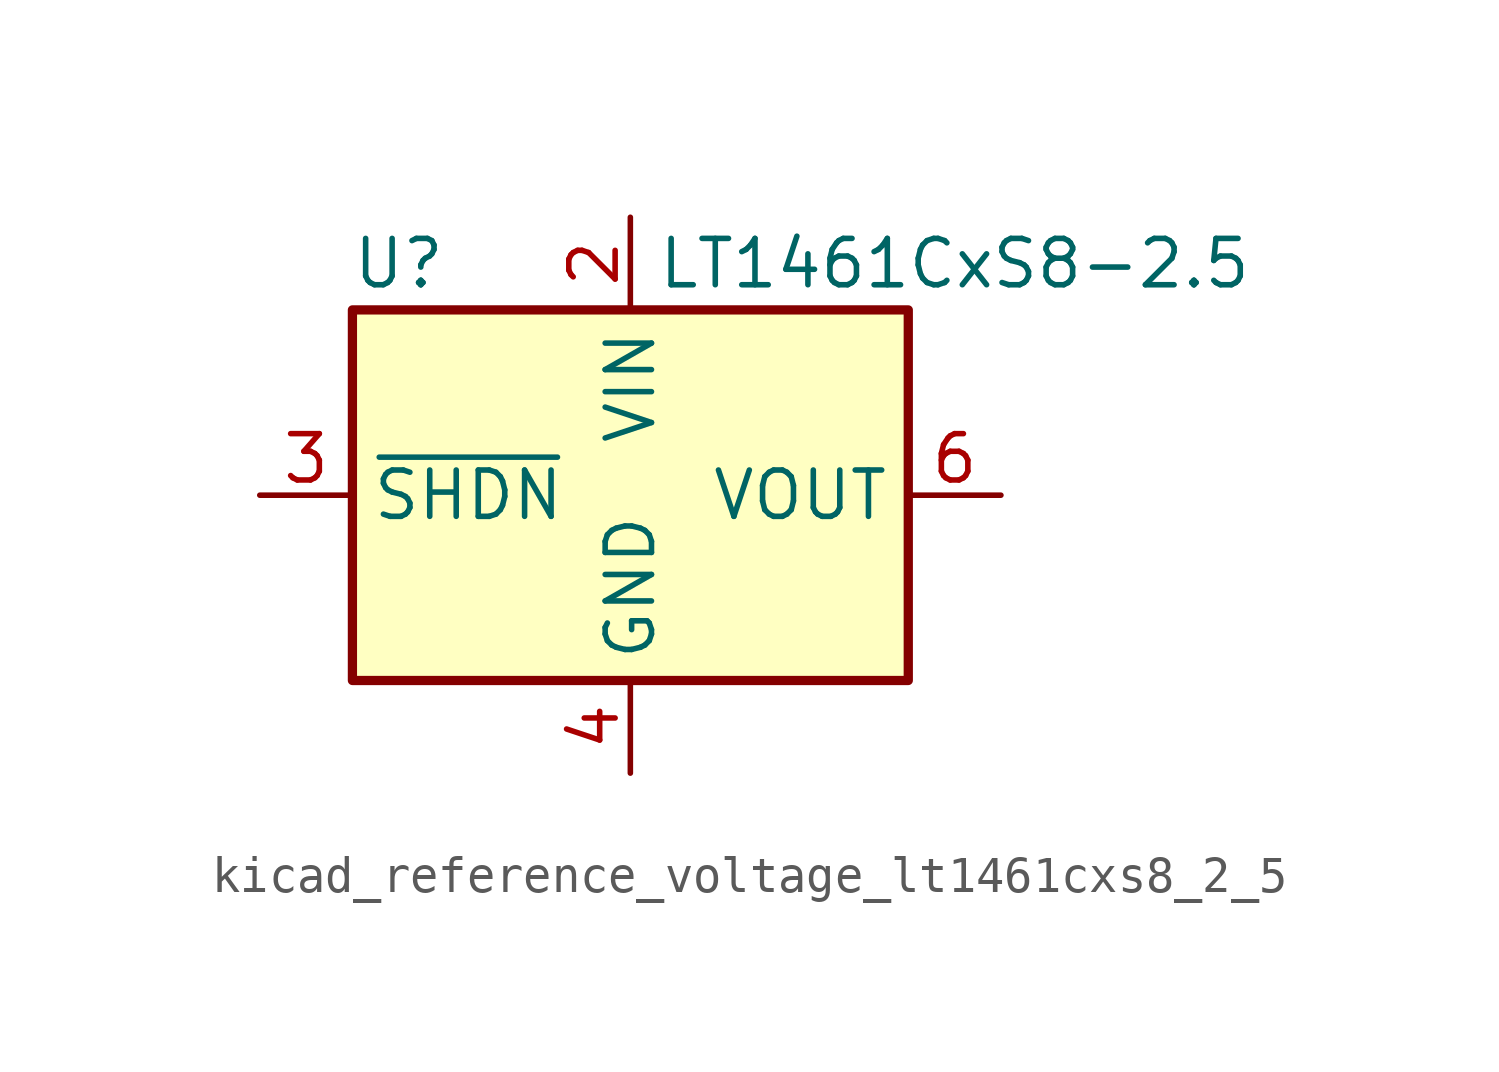
<source format=kicad_sym>
(kicad_symbol_lib
  (version 20220914)
  (generator kicad_symbol_editor)
  (symbol "kicad_reference_voltage_lt1461cxs8_2_5"
    (property "Reference" "U"
      (at -6.35 6.35 0)
      (effects (font (size 1.27 1.27))))
    (property "Value" "LT1461CxS8-2.5"
      (at 8.89 6.35 0)
      (effects (font (size 1.27 1.27))))
    (symbol "kicad_reference_voltage_lt1461cxs8_2_5_1_1"
      (rectangle (start -7.62 5.08) (end 7.62 -5.08) (stroke (width 0.254) (type default)) (fill (type background)))
      (pin no_connect line (at 7.62 -2.54 180) (length 2.54) hide (name "DNC" (effects (font (size 1.27 1.27)))) (number "1" (effects (font (size 1.27 1.27)))))
      (pin power_in line (at 0 7.62 270) (length 2.54) (name "VIN" (effects (font (size 1.27 1.27)))) (number "2" (effects (font (size 1.27 1.27)))))
      (pin input line (at -10.16 0 0) (length 2.54) (name "~{SHDN}" (effects (font (size 1.27 1.27)))) (number "3" (effects (font (size 1.27 1.27)))))
      (pin power_in line (at 0 -7.62 90) (length 2.54) (name "GND" (effects (font (size 1.27 1.27)))) (number "4" (effects (font (size 1.27 1.27)))))
      (pin no_connect line (at -7.62 -2.54 0) (length 2.54) hide (name "DNC" (effects (font (size 1.27 1.27)))) (number "5" (effects (font (size 1.27 1.27)))))
      (pin power_out line (at 10.16 0 180) (length 2.54) (name "VOUT" (effects (font (size 1.27 1.27)))) (number "6" (effects (font (size 1.27 1.27)))))
      (pin no_connect line (at -7.62 2.54 0) (length 2.54) hide (name "DNC" (effects (font (size 1.27 1.27)))) (number "7" (effects (font (size 1.27 1.27)))))
      (pin no_connect line (at 7.62 2.54 180) (length 2.54) hide (name "DNC" (effects (font (size 1.27 1.27)))) (number "8" (effects (font (size 1.27 1.27))))))))
</source>
